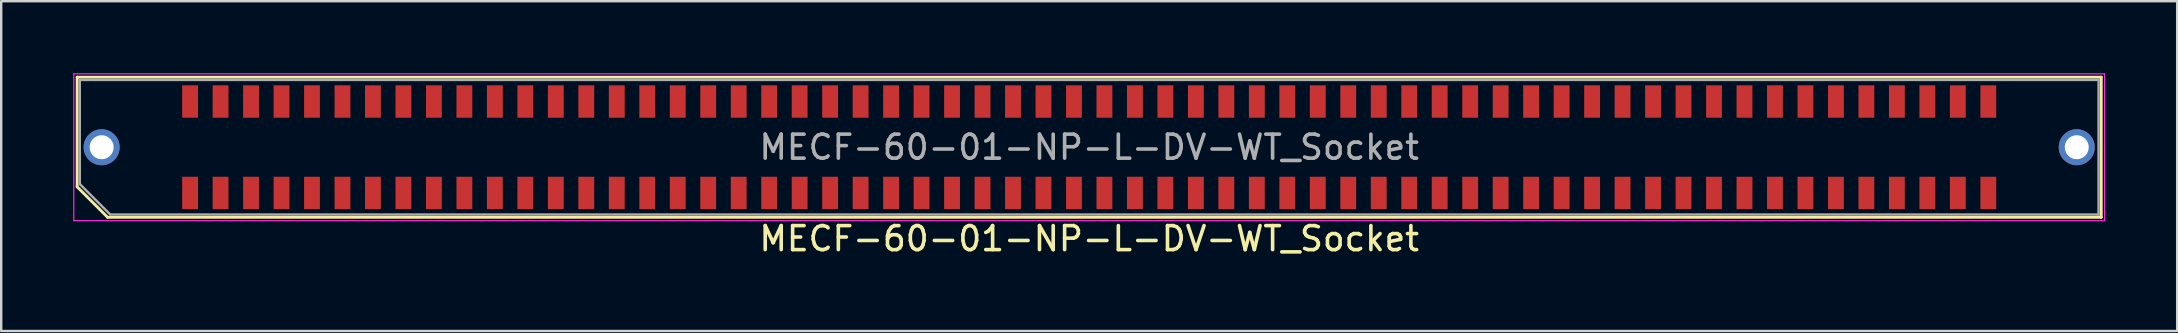
<source format=kicad_pcb>
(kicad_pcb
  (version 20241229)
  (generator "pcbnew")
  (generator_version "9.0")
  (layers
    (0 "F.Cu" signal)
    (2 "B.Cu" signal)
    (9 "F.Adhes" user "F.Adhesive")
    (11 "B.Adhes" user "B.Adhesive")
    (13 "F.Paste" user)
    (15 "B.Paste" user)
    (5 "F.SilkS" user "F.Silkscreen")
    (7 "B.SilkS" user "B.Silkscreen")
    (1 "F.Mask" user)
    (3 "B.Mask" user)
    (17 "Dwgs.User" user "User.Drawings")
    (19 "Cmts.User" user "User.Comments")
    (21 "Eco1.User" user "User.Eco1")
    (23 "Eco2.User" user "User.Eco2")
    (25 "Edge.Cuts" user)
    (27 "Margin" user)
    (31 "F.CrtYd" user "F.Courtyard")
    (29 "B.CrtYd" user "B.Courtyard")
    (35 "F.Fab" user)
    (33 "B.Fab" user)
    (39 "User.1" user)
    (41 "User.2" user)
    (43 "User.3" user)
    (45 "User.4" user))
  (footprint "MECF-60-01-NP-L-DV-WT_Socket"
    (layer "F.Cu")
    (at 42.335 3.085)
    (property "Reference" "MECF-60-01-NP-L-DV-WT_Socket" (at 0 3.81 0) (layer "F.SilkS") (effects (font (size 1 1) (thickness 0.15))))
    (attr smd)
    (fp_line (start -42.17 -2.92) (end 42.17 -2.92) (stroke (width 0.12) (type solid)) (layer "F.SilkS"))
    (fp_line (start -42.17 1.65) (end -42.17 -2.92) (stroke (width 0.12) (type solid)) (layer "F.SilkS"))
    (fp_line (start -40.9 2.92) (end -42.17 1.65) (stroke (width 0.12) (type solid)) (layer "F.SilkS"))
    (fp_line (start -40.9 2.92) (end 42.17 2.92) (stroke (width 0.12) (type solid)) (layer "F.SilkS"))
    (fp_line (start 42.17 2.92) (end 42.17 -2.92) (stroke (width 0.12) (type solid)) (layer "F.SilkS"))
    (fp_line (start -42.31 -3.06) (end -42.31 3.06) (stroke (width 0.05) (type solid)) (layer "F.CrtYd"))
    (fp_line (start -42.31 3.06) (end 42.31 3.06) (stroke (width 0.05) (type solid)) (layer "F.CrtYd"))
    (fp_line (start 42.31 -3.06) (end -42.31 -3.06) (stroke (width 0.05) (type solid)) (layer "F.CrtYd"))
    (fp_line (start 42.31 3.06) (end 42.31 -3.06) (stroke (width 0.05) (type solid)) (layer "F.CrtYd"))
    (fp_line (start -42.06 -2.805) (end 42.06 -2.805) (stroke (width 0.1) (type solid)) (layer "F.Fab"))
    (fp_line (start -42.06 1.535) (end -42.06 -2.805) (stroke (width 0.1) (type solid)) (layer "F.Fab"))
    (fp_line (start -42.06 1.535) (end -40.79 2.805) (stroke (width 0.1) (type solid)) (layer "F.Fab"))
    (fp_line (start -40.79 2.805) (end 42.06 2.805) (stroke (width 0.1) (type solid)) (layer "F.Fab"))
    (fp_line (start 42.06 2.805) (end 42.06 -2.805) (stroke (width 0.1) (type solid)) (layer "F.Fab"))
    (fp_text user "${REFERENCE}" (at 0 0 0) (layer "F.Fab") (effects (font (size 1 1) (thickness 0.15))))
    (pad "" thru_hole circle (at -41.15 0) (size 1.5 1.5) (drill 1) (layers "*.Cu" "*.Mask"))
    (pad "" np_thru_hole circle (at -39.245 0) (size 0.001 0.001) (drill 1.45) (layers "*.Cu" "*.Mask"))
    (pad "" np_thru_hole circle (at 39.245 1) (size 0.001 0.001) (drill 1.45) (layers "*.Cu" "*.Mask"))
    (pad "" thru_hole circle (at 41.15 0) (size 1.5 1.5) (drill 1) (layers "*.Cu" "*.Mask"))
    (pad "1" smd rect (at -37.465 1.905) (size 0.66 1.35) (layers "F.Cu" "F.Mask" "F.Paste"))
    (pad "2" smd rect (at -37.465 -1.905) (size 0.66 1.35) (layers "F.Cu" "F.Mask" "F.Paste"))
    (pad "3" smd rect (at -36.195 1.905) (size 0.66 1.35) (layers "F.Cu" "F.Mask" "F.Paste"))
    (pad "4" smd rect (at -36.195 -1.905) (size 0.66 1.35) (layers "F.Cu" "F.Mask" "F.Paste"))
    (pad "5" smd rect (at -34.925 1.905) (size 0.66 1.35) (layers "F.Cu" "F.Mask" "F.Paste"))
    (pad "6" smd rect (at -34.925 -1.905) (size 0.66 1.35) (layers "F.Cu" "F.Mask" "F.Paste"))
    (pad "7" smd rect (at -33.655 1.905) (size 0.66 1.35) (layers "F.Cu" "F.Mask" "F.Paste"))
    (pad "8" smd rect (at -33.655 -1.905) (size 0.66 1.35) (layers "F.Cu" "F.Mask" "F.Paste"))
    (pad "9" smd rect (at -32.385 1.905) (size 0.66 1.35) (layers "F.Cu" "F.Mask" "F.Paste"))
    (pad "10" smd rect (at -32.385 -1.905) (size 0.66 1.35) (layers "F.Cu" "F.Mask" "F.Paste"))
    (pad "11" smd rect (at -31.115 1.905) (size 0.66 1.35) (layers "F.Cu" "F.Mask" "F.Paste"))
    (pad "12" smd rect (at -31.115 -1.905) (size 0.66 1.35) (layers "F.Cu" "F.Mask" "F.Paste"))
    (pad "13" smd rect (at -29.845 1.905) (size 0.66 1.35) (layers "F.Cu" "F.Mask" "F.Paste"))
    (pad "14" smd rect (at -29.845 -1.905) (size 0.66 1.35) (layers "F.Cu" "F.Mask" "F.Paste"))
    (pad "15" smd rect (at -28.575 1.905) (size 0.66 1.35) (layers "F.Cu" "F.Mask" "F.Paste"))
    (pad "16" smd rect (at -28.575 -1.905) (size 0.66 1.35) (layers "F.Cu" "F.Mask" "F.Paste"))
    (pad "17" smd rect (at -27.305 1.905) (size 0.66 1.35) (layers "F.Cu" "F.Mask" "F.Paste"))
    (pad "18" smd rect (at -27.305 -1.905) (size 0.66 1.35) (layers "F.Cu" "F.Mask" "F.Paste"))
    (pad "19" smd rect (at -26.035 1.905) (size 0.66 1.35) (layers "F.Cu" "F.Mask" "F.Paste"))
    (pad "20" smd rect (at -26.035 -1.905) (size 0.66 1.35) (layers "F.Cu" "F.Mask" "F.Paste"))
    (pad "21" smd rect (at -24.765 1.905) (size 0.66 1.35) (layers "F.Cu" "F.Mask" "F.Paste"))
    (pad "22" smd rect (at -24.765 -1.905) (size 0.66 1.35) (layers "F.Cu" "F.Mask" "F.Paste"))
    (pad "23" smd rect (at -23.495 1.905) (size 0.66 1.35) (layers "F.Cu" "F.Mask" "F.Paste"))
    (pad "24" smd rect (at -23.495 -1.905) (size 0.66 1.35) (layers "F.Cu" "F.Mask" "F.Paste"))
    (pad "25" smd rect (at -22.225 1.905) (size 0.66 1.35) (layers "F.Cu" "F.Mask" "F.Paste"))
    (pad "26" smd rect (at -22.225 -1.905) (size 0.66 1.35) (layers "F.Cu" "F.Mask" "F.Paste"))
    (pad "27" smd rect (at -20.955 1.905) (size 0.66 1.35) (layers "F.Cu" "F.Mask" "F.Paste"))
    (pad "28" smd rect (at -20.955 -1.905) (size 0.66 1.35) (layers "F.Cu" "F.Mask" "F.Paste"))
    (pad "29" smd rect (at -19.685 1.905) (size 0.66 1.35) (layers "F.Cu" "F.Mask" "F.Paste"))
    (pad "30" smd rect (at -19.685 -1.905) (size 0.66 1.35) (layers "F.Cu" "F.Mask" "F.Paste"))
    (pad "31" smd rect (at -18.415 1.905) (size 0.66 1.35) (layers "F.Cu" "F.Mask" "F.Paste"))
    (pad "32" smd rect (at -18.415 -1.905) (size 0.66 1.35) (layers "F.Cu" "F.Mask" "F.Paste"))
    (pad "33" smd rect (at -17.145 1.905) (size 0.66 1.35) (layers "F.Cu" "F.Mask" "F.Paste"))
    (pad "34" smd rect (at -17.145 -1.905) (size 0.66 1.35) (layers "F.Cu" "F.Mask" "F.Paste"))
    (pad "35" smd rect (at -15.875 1.905) (size 0.66 1.35) (layers "F.Cu" "F.Mask" "F.Paste"))
    (pad "36" smd rect (at -15.875 -1.905) (size 0.66 1.35) (layers "F.Cu" "F.Mask" "F.Paste"))
    (pad "37" smd rect (at -14.605 1.905) (size 0.66 1.35) (layers "F.Cu" "F.Mask" "F.Paste"))
    (pad "38" smd rect (at -14.605 -1.905) (size 0.66 1.35) (layers "F.Cu" "F.Mask" "F.Paste"))
    (pad "39" smd rect (at -13.335 1.905) (size 0.66 1.35) (layers "F.Cu" "F.Mask" "F.Paste"))
    (pad "40" smd rect (at -13.335 -1.905) (size 0.66 1.35) (layers "F.Cu" "F.Mask" "F.Paste"))
    (pad "41" smd rect (at -12.065 1.905) (size 0.66 1.35) (layers "F.Cu" "F.Mask" "F.Paste"))
    (pad "42" smd rect (at -12.065 -1.905) (size 0.66 1.35) (layers "F.Cu" "F.Mask" "F.Paste"))
    (pad "43" smd rect (at -10.795 1.905) (size 0.66 1.35) (layers "F.Cu" "F.Mask" "F.Paste"))
    (pad "44" smd rect (at -10.795 -1.905) (size 0.66 1.35) (layers "F.Cu" "F.Mask" "F.Paste"))
    (pad "45" smd rect (at -9.525 1.905) (size 0.66 1.35) (layers "F.Cu" "F.Mask" "F.Paste"))
    (pad "46" smd rect (at -9.525 -1.905) (size 0.66 1.35) (layers "F.Cu" "F.Mask" "F.Paste"))
    (pad "47" smd rect (at -8.255 1.905) (size 0.66 1.35) (layers "F.Cu" "F.Mask" "F.Paste"))
    (pad "48" smd rect (at -8.255 -1.905) (size 0.66 1.35) (layers "F.Cu" "F.Mask" "F.Paste"))
    (pad "49" smd rect (at -6.985 1.905) (size 0.66 1.35) (layers "F.Cu" "F.Mask" "F.Paste"))
    (pad "50" smd rect (at -6.985 -1.905) (size 0.66 1.35) (layers "F.Cu" "F.Mask" "F.Paste"))
    (pad "51" smd rect (at -5.715 1.905) (size 0.66 1.35) (layers "F.Cu" "F.Mask" "F.Paste"))
    (pad "52" smd rect (at -5.715 -1.905) (size 0.66 1.35) (layers "F.Cu" "F.Mask" "F.Paste"))
    (pad "53" smd rect (at -4.445 1.905) (size 0.66 1.35) (layers "F.Cu" "F.Mask" "F.Paste"))
    (pad "54" smd rect (at -4.445 -1.905) (size 0.66 1.35) (layers "F.Cu" "F.Mask" "F.Paste"))
    (pad "55" smd rect (at -3.175 1.905) (size 0.66 1.35) (layers "F.Cu" "F.Mask" "F.Paste"))
    (pad "56" smd rect (at -3.175 -1.905) (size 0.66 1.35) (layers "F.Cu" "F.Mask" "F.Paste"))
    (pad "57" smd rect (at -1.905 1.905) (size 0.66 1.35) (layers "F.Cu" "F.Mask" "F.Paste"))
    (pad "58" smd rect (at -1.905 -1.905) (size 0.66 1.35) (layers "F.Cu" "F.Mask" "F.Paste"))
    (pad "59" smd rect (at -0.635 1.905) (size 0.66 1.35) (layers "F.Cu" "F.Mask" "F.Paste"))
    (pad "60" smd rect (at -0.635 -1.905) (size 0.66 1.35) (layers "F.Cu" "F.Mask" "F.Paste"))
    (pad "61" smd rect (at 0.635 1.905) (size 0.66 1.35) (layers "F.Cu" "F.Mask" "F.Paste"))
    (pad "62" smd rect (at 0.635 -1.905) (size 0.66 1.35) (layers "F.Cu" "F.Mask" "F.Paste"))
    (pad "63" smd rect (at 1.905 1.905) (size 0.66 1.35) (layers "F.Cu" "F.Mask" "F.Paste"))
    (pad "64" smd rect (at 1.905 -1.905) (size 0.66 1.35) (layers "F.Cu" "F.Mask" "F.Paste"))
    (pad "65" smd rect (at 3.175 1.905) (size 0.66 1.35) (layers "F.Cu" "F.Mask" "F.Paste"))
    (pad "66" smd rect (at 3.175 -1.905) (size 0.66 1.35) (layers "F.Cu" "F.Mask" "F.Paste"))
    (pad "67" smd rect (at 4.445 1.905) (size 0.66 1.35) (layers "F.Cu" "F.Mask" "F.Paste"))
    (pad "68" smd rect (at 4.445 -1.905) (size 0.66 1.35) (layers "F.Cu" "F.Mask" "F.Paste"))
    (pad "69" smd rect (at 5.715 1.905) (size 0.66 1.35) (layers "F.Cu" "F.Mask" "F.Paste"))
    (pad "70" smd rect (at 5.715 -1.905) (size 0.66 1.35) (layers "F.Cu" "F.Mask" "F.Paste"))
    (pad "71" smd rect (at 6.985 1.905) (size 0.66 1.35) (layers "F.Cu" "F.Mask" "F.Paste"))
    (pad "72" smd rect (at 6.985 -1.905) (size 0.66 1.35) (layers "F.Cu" "F.Mask" "F.Paste"))
    (pad "73" smd rect (at 8.255 1.905) (size 0.66 1.35) (layers "F.Cu" "F.Mask" "F.Paste"))
    (pad "74" smd rect (at 8.255 -1.905) (size 0.66 1.35) (layers "F.Cu" "F.Mask" "F.Paste"))
    (pad "75" smd rect (at 9.525 1.905) (size 0.66 1.35) (layers "F.Cu" "F.Mask" "F.Paste"))
    (pad "76" smd rect (at 9.525 -1.905) (size 0.66 1.35) (layers "F.Cu" "F.Mask" "F.Paste"))
    (pad "77" smd rect (at 10.795 1.905) (size 0.66 1.35) (layers "F.Cu" "F.Mask" "F.Paste"))
    (pad "78" smd rect (at 10.795 -1.905) (size 0.66 1.35) (layers "F.Cu" "F.Mask" "F.Paste"))
    (pad "79" smd rect (at 12.065 1.905) (size 0.66 1.35) (layers "F.Cu" "F.Mask" "F.Paste"))
    (pad "80" smd rect (at 12.065 -1.905) (size 0.66 1.35) (layers "F.Cu" "F.Mask" "F.Paste"))
    (pad "81" smd rect (at 13.335 1.905) (size 0.66 1.35) (layers "F.Cu" "F.Mask" "F.Paste"))
    (pad "82" smd rect (at 13.335 -1.905) (size 0.66 1.35) (layers "F.Cu" "F.Mask" "F.Paste"))
    (pad "83" smd rect (at 14.605 1.905) (size 0.66 1.35) (layers "F.Cu" "F.Mask" "F.Paste"))
    (pad "84" smd rect (at 14.605 -1.905) (size 0.66 1.35) (layers "F.Cu" "F.Mask" "F.Paste"))
    (pad "85" smd rect (at 15.875 1.905) (size 0.66 1.35) (layers "F.Cu" "F.Mask" "F.Paste"))
    (pad "86" smd rect (at 15.875 -1.905) (size 0.66 1.35) (layers "F.Cu" "F.Mask" "F.Paste"))
    (pad "87" smd rect (at 17.145 1.905) (size 0.66 1.35) (layers "F.Cu" "F.Mask" "F.Paste"))
    (pad "88" smd rect (at 17.145 -1.905) (size 0.66 1.35) (layers "F.Cu" "F.Mask" "F.Paste"))
    (pad "89" smd rect (at 18.415 1.905) (size 0.66 1.35) (layers "F.Cu" "F.Mask" "F.Paste"))
    (pad "90" smd rect (at 18.415 -1.905) (size 0.66 1.35) (layers "F.Cu" "F.Mask" "F.Paste"))
    (pad "91" smd rect (at 19.685 1.905) (size 0.66 1.35) (layers "F.Cu" "F.Mask" "F.Paste"))
    (pad "92" smd rect (at 19.685 -1.905) (size 0.66 1.35) (layers "F.Cu" "F.Mask" "F.Paste"))
    (pad "93" smd rect (at 20.955 1.905) (size 0.66 1.35) (layers "F.Cu" "F.Mask" "F.Paste"))
    (pad "94" smd rect (at 20.955 -1.905) (size 0.66 1.35) (layers "F.Cu" "F.Mask" "F.Paste"))
    (pad "95" smd rect (at 22.225 1.905) (size 0.66 1.35) (layers "F.Cu" "F.Mask" "F.Paste"))
    (pad "96" smd rect (at 22.225 -1.905) (size 0.66 1.35) (layers "F.Cu" "F.Mask" "F.Paste"))
    (pad "97" smd rect (at 23.495 1.905) (size 0.66 1.35) (layers "F.Cu" "F.Mask" "F.Paste"))
    (pad "98" smd rect (at 23.495 -1.905) (size 0.66 1.35) (layers "F.Cu" "F.Mask" "F.Paste"))
    (pad "99" smd rect (at 24.765 1.905) (size 0.66 1.35) (layers "F.Cu" "F.Mask" "F.Paste"))
    (pad "100" smd rect (at 24.765 -1.905) (size 0.66 1.35) (layers "F.Cu" "F.Mask" "F.Paste"))
    (pad "101" smd rect (at 26.035 1.905) (size 0.66 1.35) (layers "F.Cu" "F.Mask" "F.Paste"))
    (pad "102" smd rect (at 26.035 -1.905) (size 0.66 1.35) (layers "F.Cu" "F.Mask" "F.Paste"))
    (pad "103" smd rect (at 27.305 1.905) (size 0.66 1.35) (layers "F.Cu" "F.Mask" "F.Paste"))
    (pad "104" smd rect (at 27.305 -1.905) (size 0.66 1.35) (layers "F.Cu" "F.Mask" "F.Paste"))
    (pad "105" smd rect (at 28.575 1.905) (size 0.66 1.35) (layers "F.Cu" "F.Mask" "F.Paste"))
    (pad "106" smd rect (at 28.575 -1.905) (size 0.66 1.35) (layers "F.Cu" "F.Mask" "F.Paste"))
    (pad "107" smd rect (at 29.845 1.905) (size 0.66 1.35) (layers "F.Cu" "F.Mask" "F.Paste"))
    (pad "108" smd rect (at 29.845 -1.905) (size 0.66 1.35) (layers "F.Cu" "F.Mask" "F.Paste"))
    (pad "109" smd rect (at 31.115 1.905) (size 0.66 1.35) (layers "F.Cu" "F.Mask" "F.Paste"))
    (pad "110" smd rect (at 31.115 -1.905) (size 0.66 1.35) (layers "F.Cu" "F.Mask" "F.Paste"))
    (pad "111" smd rect (at 32.385 1.905) (size 0.66 1.35) (layers "F.Cu" "F.Mask" "F.Paste"))
    (pad "112" smd rect (at 32.385 -1.905) (size 0.66 1.35) (layers "F.Cu" "F.Mask" "F.Paste"))
    (pad "113" smd rect (at 33.655 1.905) (size 0.66 1.35) (layers "F.Cu" "F.Mask" "F.Paste"))
    (pad "114" smd rect (at 33.655 -1.905) (size 0.66 1.35) (layers "F.Cu" "F.Mask" "F.Paste"))
    (pad "115" smd rect (at 34.925 1.905) (size 0.66 1.35) (layers "F.Cu" "F.Mask" "F.Paste"))
    (pad "116" smd rect (at 34.925 -1.905) (size 0.66 1.35) (layers "F.Cu" "F.Mask" "F.Paste"))
    (pad "117" smd rect (at 36.195 1.905) (size 0.66 1.35) (layers "F.Cu" "F.Mask" "F.Paste"))
    (pad "118" smd rect (at 36.195 -1.905) (size 0.66 1.35) (layers "F.Cu" "F.Mask" "F.Paste"))
    (pad "119" smd rect (at 37.465 1.905) (size 0.66 1.35) (layers "F.Cu" "F.Mask" "F.Paste"))
    (pad "120" smd rect (at 37.465 -1.905) (size 0.66 1.35) (layers "F.Cu" "F.Mask" "F.Paste")))
  (gr_rect
    (start -3 -3)
    (end 87.67 10.743)
    (stroke (width 0.1) (type default))
    (fill no)
    (layer "Edge.Cuts")))
</source>
